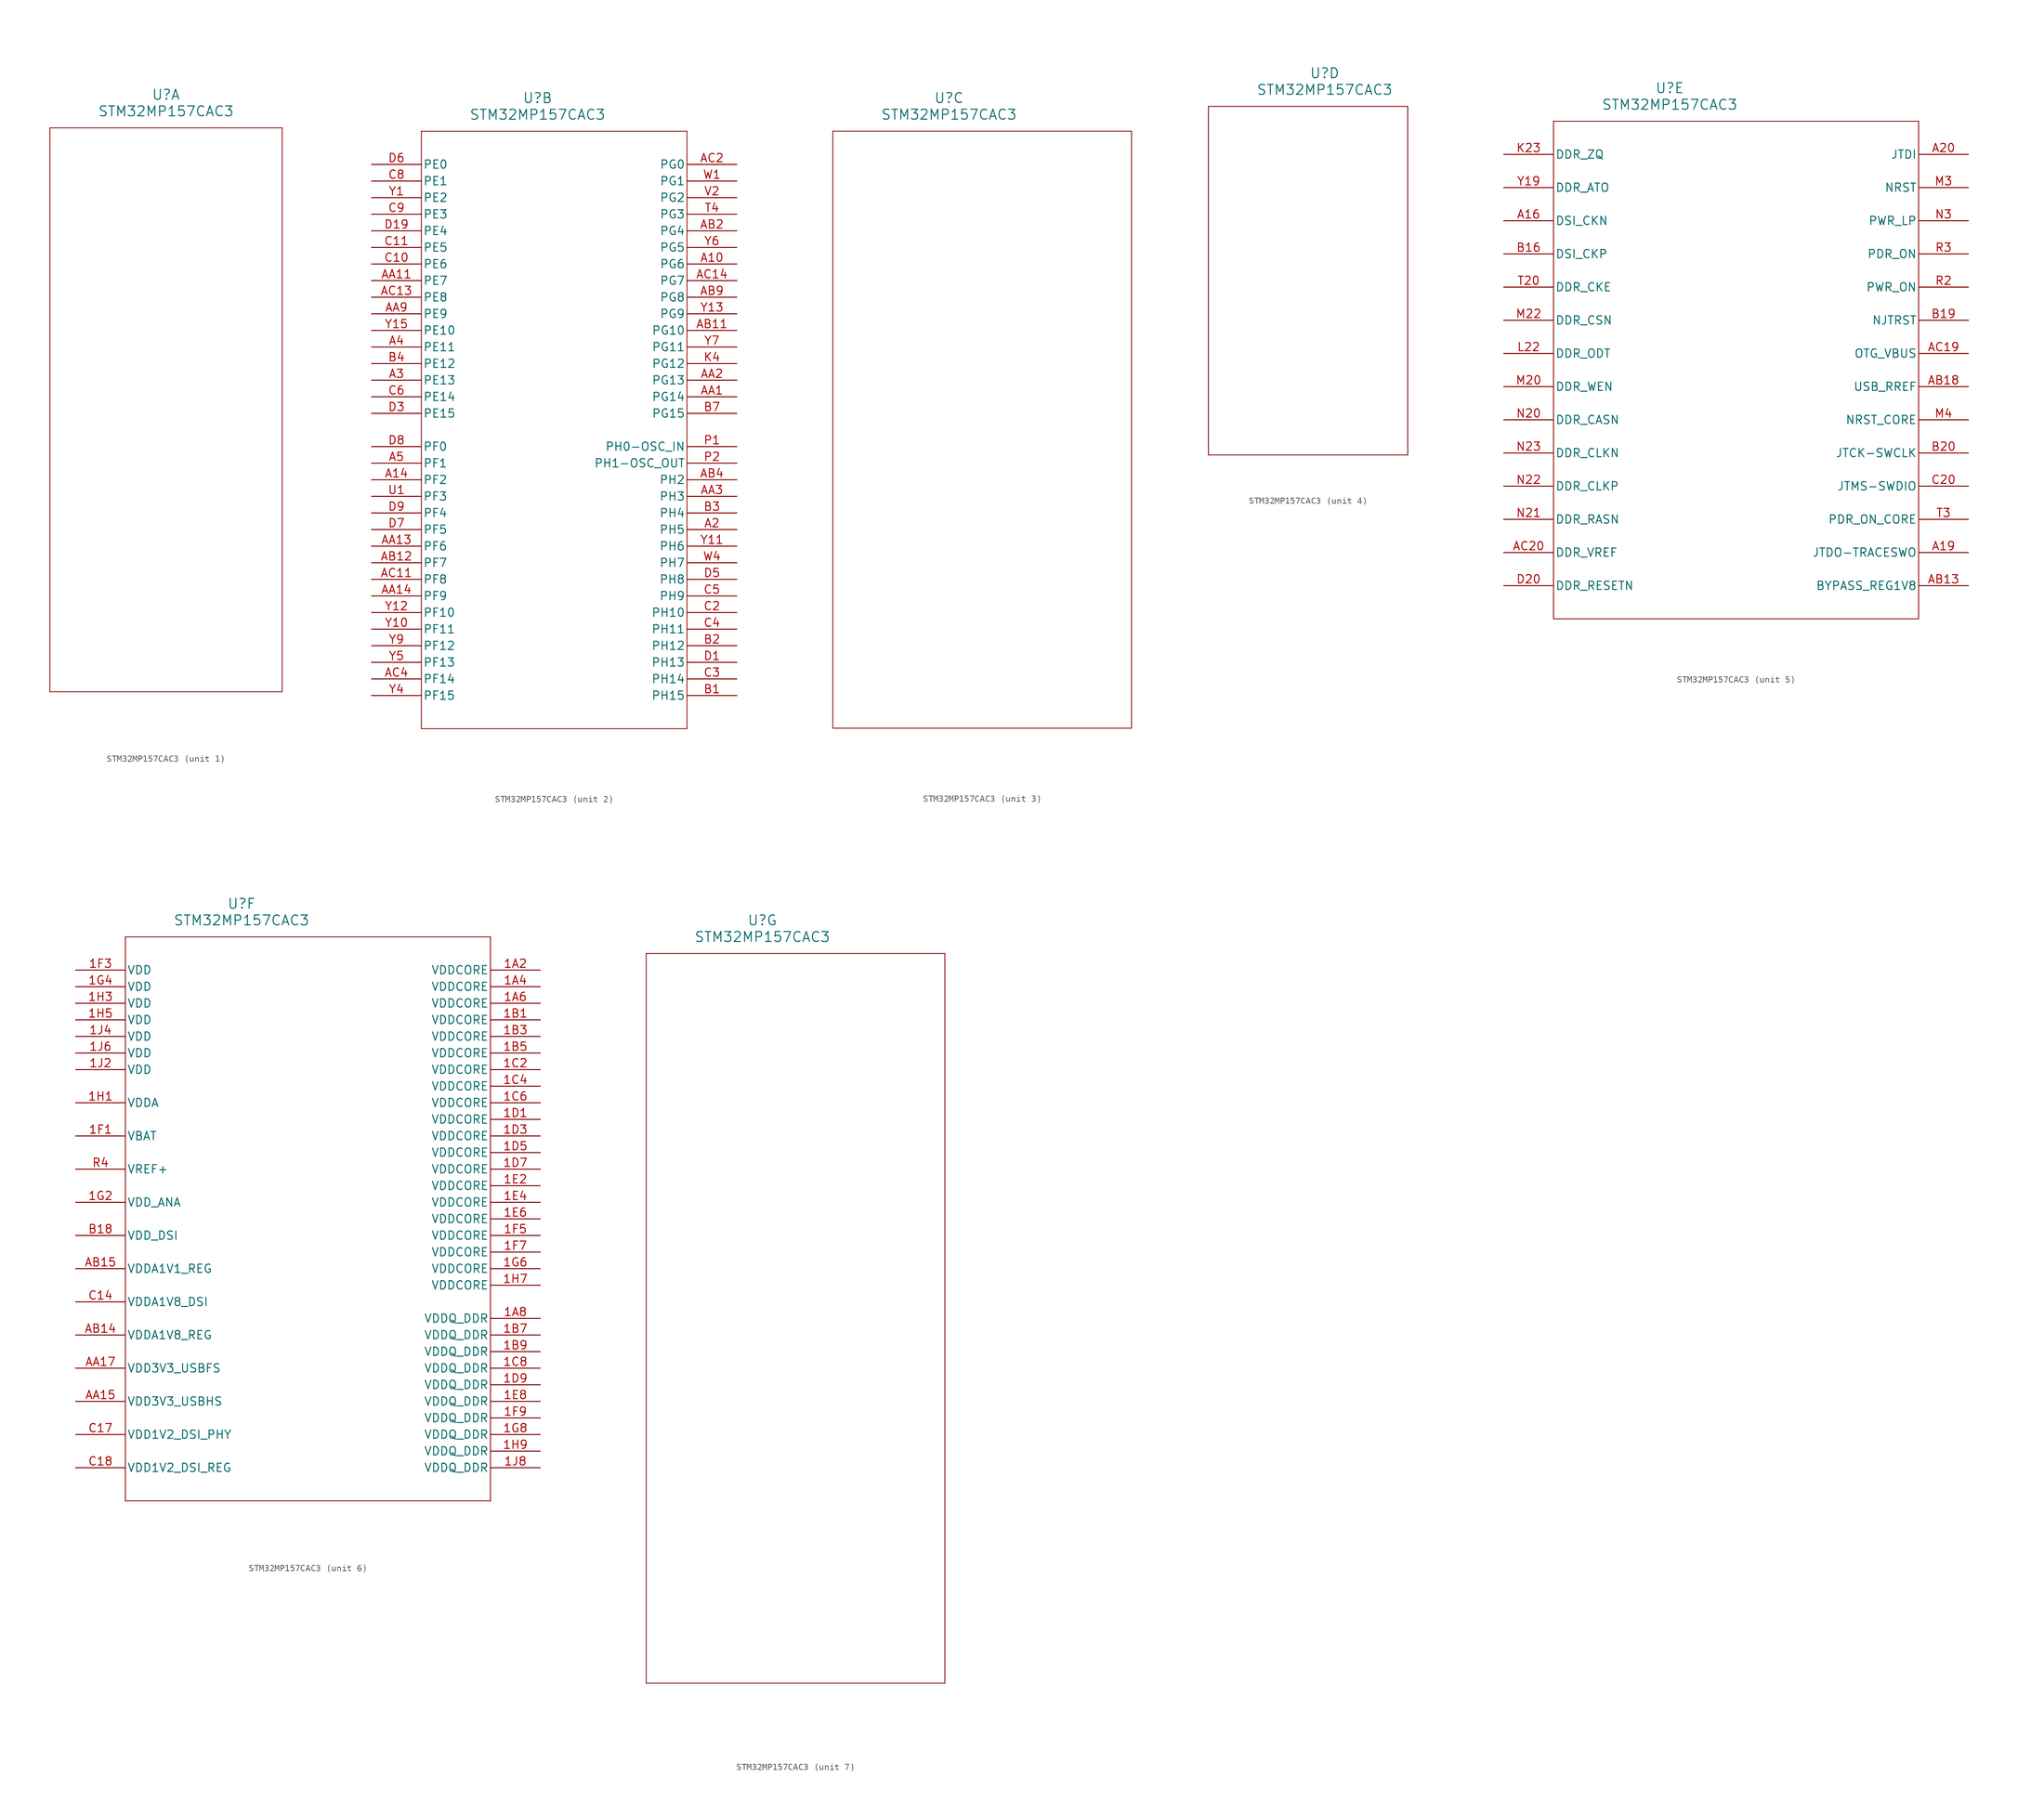
<source format=kicad_sym>
(kicad_symbol_lib
  (version 20211014)
  (generator kicad_symbol_editor)
  (symbol "STM32MP157CAC3"
    (pin_names
      (offset 0.254))
    (property "Reference" "U"
      (at 25.4 10.16 0)
      (effects (font (size 1.524 1.524))))
    (property "Value" "STM32MP157CAC3"
      (at 25.4 7.62 0)
      (effects (font (size 1.524 1.524))))
    (symbol "STM32MP157CAC3_1_1"
      (polyline (pts (xy 7.62 5.08) (xy 7.62 -81.28)) (stroke (width 0.127) (type default) (color 0 0 0 0)) (fill (type none)))
      (polyline (pts (xy 7.62 -81.28) (xy 43.18 -81.28)) (stroke (width 0.127) (type default) (color 0 0 0 0)) (fill (type none)))
      (polyline (pts (xy 43.18 -81.28) (xy 43.18 5.08)) (stroke (width 0.127) (type default) (color 0 0 0 0)) (fill (type none)))
      (polyline (pts (xy 43.18 5.08) (xy 7.62 5.08)) (stroke (width 0.127) (type default) (color 0 0 0 0)) (fill (type none))))
    (symbol "STM32MP157CAC3_2_1"
      (polyline (pts (xy 7.62 5.08) (xy 7.62 -86.36)) (stroke (width 0.127) (type default) (color 0 0 0 0)) (fill (type none)))
      (polyline (pts (xy 7.62 -86.36) (xy 48.26 -86.36)) (stroke (width 0.127) (type default) (color 0 0 0 0)) (fill (type none)))
      (polyline (pts (xy 48.26 -86.36) (xy 48.26 5.08)) (stroke (width 0.127) (type default) (color 0 0 0 0)) (fill (type none)))
      (polyline (pts (xy 48.26 5.08) (xy 7.62 5.08)) (stroke (width 0.127) (type default) (color 0 0 0 0)) (fill (type none)))
      (pin bidirectional line (at 55.88 -55.88 180) (length 7.62) (name "PH5" (effects (font (size 1.27 1.27)))) (number "A2" (effects (font (size 1.27 1.27)))))
      (pin bidirectional line (at 0 -33.02 0) (length 7.62) (name "PE13" (effects (font (size 1.27 1.27)))) (number "A3" (effects (font (size 1.27 1.27)))))
      (pin bidirectional line (at 0 -27.94 0) (length 7.62) (name "PE11" (effects (font (size 1.27 1.27)))) (number "A4" (effects (font (size 1.27 1.27)))))
      (pin bidirectional line (at 0 -45.72 0) (length 7.62) (name "PF1" (effects (font (size 1.27 1.27)))) (number "A5" (effects (font (size 1.27 1.27)))))
      (pin bidirectional line (at 55.88 -81.28 180) (length 7.62) (name "PH15" (effects (font (size 1.27 1.27)))) (number "B1" (effects (font (size 1.27 1.27)))))
      (pin bidirectional line (at 55.88 -73.66 180) (length 7.62) (name "PH12" (effects (font (size 1.27 1.27)))) (number "B2" (effects (font (size 1.27 1.27)))))
      (pin bidirectional line (at 55.88 -53.34 180) (length 7.62) (name "PH4" (effects (font (size 1.27 1.27)))) (number "B3" (effects (font (size 1.27 1.27)))))
      (pin bidirectional line (at 0 -30.48 0) (length 7.62) (name "PE12" (effects (font (size 1.27 1.27)))) (number "B4" (effects (font (size 1.27 1.27)))))
      (pin bidirectional line (at 55.88 -38.1 180) (length 7.62) (name "PG15" (effects (font (size 1.27 1.27)))) (number "B7" (effects (font (size 1.27 1.27)))))
      (pin bidirectional line (at 55.88 -68.58 180) (length 7.62) (name "PH10" (effects (font (size 1.27 1.27)))) (number "C2" (effects (font (size 1.27 1.27)))))
      (pin bidirectional line (at 55.88 -78.74 180) (length 7.62) (name "PH14" (effects (font (size 1.27 1.27)))) (number "C3" (effects (font (size 1.27 1.27)))))
      (pin bidirectional line (at 55.88 -71.12 180) (length 7.62) (name "PH11" (effects (font (size 1.27 1.27)))) (number "C4" (effects (font (size 1.27 1.27)))))
      (pin bidirectional line (at 55.88 -66.04 180) (length 7.62) (name "PH9" (effects (font (size 1.27 1.27)))) (number "C5" (effects (font (size 1.27 1.27)))))
      (pin bidirectional line (at 0 -35.56 0) (length 7.62) (name "PE14" (effects (font (size 1.27 1.27)))) (number "C6" (effects (font (size 1.27 1.27)))))
      (pin bidirectional line (at 0 -2.54 0) (length 7.62) (name "PE1" (effects (font (size 1.27 1.27)))) (number "C8" (effects (font (size 1.27 1.27)))))
      (pin bidirectional line (at 0 -7.62 0) (length 7.62) (name "PE3" (effects (font (size 1.27 1.27)))) (number "C9" (effects (font (size 1.27 1.27)))))
      (pin bidirectional line (at 55.88 -76.2 180) (length 7.62) (name "PH13" (effects (font (size 1.27 1.27)))) (number "D1" (effects (font (size 1.27 1.27)))))
      (pin bidirectional line (at 0 -38.1 0) (length 7.62) (name "PE15" (effects (font (size 1.27 1.27)))) (number "D3" (effects (font (size 1.27 1.27)))))
      (pin bidirectional line (at 55.88 -63.5 180) (length 7.62) (name "PH8" (effects (font (size 1.27 1.27)))) (number "D5" (effects (font (size 1.27 1.27)))))
      (pin bidirectional line (at 0 0 0) (length 7.62) (name "PE0" (effects (font (size 1.27 1.27)))) (number "D6" (effects (font (size 1.27 1.27)))))
      (pin bidirectional line (at 0 -55.88 0) (length 7.62) (name "PF5" (effects (font (size 1.27 1.27)))) (number "D7" (effects (font (size 1.27 1.27)))))
      (pin bidirectional line (at 0 -43.18 0) (length 7.62) (name "PF0" (effects (font (size 1.27 1.27)))) (number "D8" (effects (font (size 1.27 1.27)))))
      (pin bidirectional line (at 0 -53.34 0) (length 7.62) (name "PF4" (effects (font (size 1.27 1.27)))) (number "D9" (effects (font (size 1.27 1.27)))))
      (pin bidirectional line (at 55.88 -30.48 180) (length 7.62) (name "PG12" (effects (font (size 1.27 1.27)))) (number "K4" (effects (font (size 1.27 1.27)))))
      (pin bidirectional line (at 55.88 -43.18 180) (length 7.62) (name "PH0-OSC_IN" (effects (font (size 1.27 1.27)))) (number "P1" (effects (font (size 1.27 1.27)))))
      (pin bidirectional line (at 55.88 -45.72 180) (length 7.62) (name "PH1-OSC_OUT" (effects (font (size 1.27 1.27)))) (number "P2" (effects (font (size 1.27 1.27)))))
      (pin bidirectional line (at 55.88 -7.62 180) (length 7.62) (name "PG3" (effects (font (size 1.27 1.27)))) (number "T4" (effects (font (size 1.27 1.27)))))
      (pin bidirectional line (at 0 -50.8 0) (length 7.62) (name "PF3" (effects (font (size 1.27 1.27)))) (number "U1" (effects (font (size 1.27 1.27)))))
      (pin bidirectional line (at 55.88 -5.08 180) (length 7.62) (name "PG2" (effects (font (size 1.27 1.27)))) (number "V2" (effects (font (size 1.27 1.27)))))
      (pin bidirectional line (at 55.88 -2.54 180) (length 7.62) (name "PG1" (effects (font (size 1.27 1.27)))) (number "W1" (effects (font (size 1.27 1.27)))))
      (pin bidirectional line (at 55.88 -60.96 180) (length 7.62) (name "PH7" (effects (font (size 1.27 1.27)))) (number "W4" (effects (font (size 1.27 1.27)))))
      (pin bidirectional line (at 0 -5.08 0) (length 7.62) (name "PE2" (effects (font (size 1.27 1.27)))) (number "Y1" (effects (font (size 1.27 1.27)))))
      (pin bidirectional line (at 0 -81.28 0) (length 7.62) (name "PF15" (effects (font (size 1.27 1.27)))) (number "Y4" (effects (font (size 1.27 1.27)))))
      (pin bidirectional line (at 0 -76.2 0) (length 7.62) (name "PF13" (effects (font (size 1.27 1.27)))) (number "Y5" (effects (font (size 1.27 1.27)))))
      (pin bidirectional line (at 55.88 -12.7 180) (length 7.62) (name "PG5" (effects (font (size 1.27 1.27)))) (number "Y6" (effects (font (size 1.27 1.27)))))
      (pin bidirectional line (at 55.88 -27.94 180) (length 7.62) (name "PG11" (effects (font (size 1.27 1.27)))) (number "Y7" (effects (font (size 1.27 1.27)))))
      (pin bidirectional line (at 0 -73.66 0) (length 7.62) (name "PF12" (effects (font (size 1.27 1.27)))) (number "Y9" (effects (font (size 1.27 1.27)))))
      (pin bidirectional line (at 55.88 -15.24 180) (length 7.62) (name "PG6" (effects (font (size 1.27 1.27)))) (number "A10" (effects (font (size 1.27 1.27)))))
      (pin bidirectional line (at 0 -48.26 0) (length 7.62) (name "PF2" (effects (font (size 1.27 1.27)))) (number "A14" (effects (font (size 1.27 1.27)))))
      (pin bidirectional line (at 55.88 -35.56 180) (length 7.62) (name "PG14" (effects (font (size 1.27 1.27)))) (number "AA1" (effects (font (size 1.27 1.27)))))
      (pin bidirectional line (at 55.88 -33.02 180) (length 7.62) (name "PG13" (effects (font (size 1.27 1.27)))) (number "AA2" (effects (font (size 1.27 1.27)))))
      (pin bidirectional line (at 55.88 -50.8 180) (length 7.62) (name "PH3" (effects (font (size 1.27 1.27)))) (number "AA3" (effects (font (size 1.27 1.27)))))
      (pin bidirectional line (at 0 -22.86 0) (length 7.62) (name "PE9" (effects (font (size 1.27 1.27)))) (number "AA9" (effects (font (size 1.27 1.27)))))
      (pin bidirectional line (at 55.88 -10.16 180) (length 7.62) (name "PG4" (effects (font (size 1.27 1.27)))) (number "AB2" (effects (font (size 1.27 1.27)))))
      (pin bidirectional line (at 55.88 -48.26 180) (length 7.62) (name "PH2" (effects (font (size 1.27 1.27)))) (number "AB4" (effects (font (size 1.27 1.27)))))
      (pin bidirectional line (at 55.88 -20.32 180) (length 7.62) (name "PG8" (effects (font (size 1.27 1.27)))) (number "AB9" (effects (font (size 1.27 1.27)))))
      (pin bidirectional line (at 55.88 0 180) (length 7.62) (name "PG0" (effects (font (size 1.27 1.27)))) (number "AC2" (effects (font (size 1.27 1.27)))))
      (pin bidirectional line (at 0 -78.74 0) (length 7.62) (name "PF14" (effects (font (size 1.27 1.27)))) (number "AC4" (effects (font (size 1.27 1.27)))))
      (pin bidirectional line (at 0 -15.24 0) (length 7.62) (name "PE6" (effects (font (size 1.27 1.27)))) (number "C10" (effects (font (size 1.27 1.27)))))
      (pin bidirectional line (at 0 -12.7 0) (length 7.62) (name "PE5" (effects (font (size 1.27 1.27)))) (number "C11" (effects (font (size 1.27 1.27)))))
      (pin bidirectional line (at 0 -10.16 0) (length 7.62) (name "PE4" (effects (font (size 1.27 1.27)))) (number "D19" (effects (font (size 1.27 1.27)))))
      (pin bidirectional line (at 0 -71.12 0) (length 7.62) (name "PF11" (effects (font (size 1.27 1.27)))) (number "Y10" (effects (font (size 1.27 1.27)))))
      (pin bidirectional line (at 55.88 -58.42 180) (length 7.62) (name "PH6" (effects (font (size 1.27 1.27)))) (number "Y11" (effects (font (size 1.27 1.27)))))
      (pin bidirectional line (at 0 -68.58 0) (length 7.62) (name "PF10" (effects (font (size 1.27 1.27)))) (number "Y12" (effects (font (size 1.27 1.27)))))
      (pin bidirectional line (at 55.88 -22.86 180) (length 7.62) (name "PG9" (effects (font (size 1.27 1.27)))) (number "Y13" (effects (font (size 1.27 1.27)))))
      (pin bidirectional line (at 0 -25.4 0) (length 7.62) (name "PE10" (effects (font (size 1.27 1.27)))) (number "Y15" (effects (font (size 1.27 1.27)))))
      (pin bidirectional line (at 0 -17.78 0) (length 7.62) (name "PE7" (effects (font (size 1.27 1.27)))) (number "AA11" (effects (font (size 1.27 1.27)))))
      (pin bidirectional line (at 0 -58.42 0) (length 7.62) (name "PF6" (effects (font (size 1.27 1.27)))) (number "AA13" (effects (font (size 1.27 1.27)))))
      (pin bidirectional line (at 0 -66.04 0) (length 7.62) (name "PF9" (effects (font (size 1.27 1.27)))) (number "AA14" (effects (font (size 1.27 1.27)))))
      (pin bidirectional line (at 55.88 -25.4 180) (length 7.62) (name "PG10" (effects (font (size 1.27 1.27)))) (number "AB11" (effects (font (size 1.27 1.27)))))
      (pin bidirectional line (at 0 -60.96 0) (length 7.62) (name "PF7" (effects (font (size 1.27 1.27)))) (number "AB12" (effects (font (size 1.27 1.27)))))
      (pin bidirectional line (at 0 -63.5 0) (length 7.62) (name "PF8" (effects (font (size 1.27 1.27)))) (number "AC11" (effects (font (size 1.27 1.27)))))
      (pin bidirectional line (at 0 -20.32 0) (length 7.62) (name "PE8" (effects (font (size 1.27 1.27)))) (number "AC13" (effects (font (size 1.27 1.27)))))
      (pin bidirectional line (at 55.88 -17.78 180) (length 7.62) (name "PG7" (effects (font (size 1.27 1.27)))) (number "AC14" (effects (font (size 1.27 1.27))))))
    (symbol "STM32MP157CAC3_3_1"
      (polyline (pts (xy 7.62 5.08) (xy 7.62 -86.36)) (stroke (width 0.127) (type default) (color 0 0 0 0)) (fill (type none)))
      (polyline (pts (xy 7.62 -86.36) (xy 53.34 -86.36)) (stroke (width 0.127) (type default) (color 0 0 0 0)) (fill (type none)))
      (polyline (pts (xy 53.34 -86.36) (xy 53.34 5.08)) (stroke (width 0.127) (type default) (color 0 0 0 0)) (fill (type none)))
      (polyline (pts (xy 53.34 5.08) (xy 7.62 5.08)) (stroke (width 0.127) (type default) (color 0 0 0 0)) (fill (type none))))
    (symbol "STM32MP157CAC3_4_1"
      (polyline (pts (xy 7.62 5.08) (xy 7.62 -48.26)) (stroke (width 0.127) (type default) (color 0 0 0 0)) (fill (type none)))
      (polyline (pts (xy 7.62 -48.26) (xy 38.1 -48.26)) (stroke (width 0.127) (type default) (color 0 0 0 0)) (fill (type none)))
      (polyline (pts (xy 38.1 -48.26) (xy 38.1 5.08)) (stroke (width 0.127) (type default) (color 0 0 0 0)) (fill (type none)))
      (polyline (pts (xy 38.1 5.08) (xy 7.62 5.08)) (stroke (width 0.127) (type default) (color 0 0 0 0)) (fill (type none))))
    (symbol "STM32MP157CAC3_5_1"
      (polyline (pts (xy 7.62 5.08) (xy 7.62 -71.12)) (stroke (width 0.127) (type default) (color 0 0 0 0)) (fill (type none)))
      (polyline (pts (xy 7.62 -71.12) (xy 63.5 -71.12)) (stroke (width 0.127) (type default) (color 0 0 0 0)) (fill (type none)))
      (polyline (pts (xy 63.5 -71.12) (xy 63.5 5.08)) (stroke (width 0.127) (type default) (color 0 0 0 0)) (fill (type none)))
      (polyline (pts (xy 63.5 5.08) (xy 7.62 5.08)) (stroke (width 0.127) (type default) (color 0 0 0 0)) (fill (type none)))
      (pin bidirectional line (at 71.12 -5.08 180) (length 7.62) (name "NRST" (effects (font (size 1.27 1.27)))) (number "M3" (effects (font (size 1.27 1.27)))))
      (pin input line (at 71.12 -40.64 180) (length 7.62) (name "NRST_CORE" (effects (font (size 1.27 1.27)))) (number "M4" (effects (font (size 1.27 1.27)))))
      (pin output line (at 71.12 -10.16 180) (length 7.62) (name "PWR_LP" (effects (font (size 1.27 1.27)))) (number "N3" (effects (font (size 1.27 1.27)))))
      (pin output line (at 71.12 -20.32 180) (length 7.62) (name "PWR_ON" (effects (font (size 1.27 1.27)))) (number "R2" (effects (font (size 1.27 1.27)))))
      (pin input line (at 71.12 -15.24 180) (length 7.62) (name "PDR_ON" (effects (font (size 1.27 1.27)))) (number "R3" (effects (font (size 1.27 1.27)))))
      (pin input line (at 71.12 -55.88 180) (length 7.62) (name "PDR_ON_CORE" (effects (font (size 1.27 1.27)))) (number "T3" (effects (font (size 1.27 1.27)))))
      (pin unspecified line (at 0 -10.16 0) (length 7.62) (name "DSI_CKN" (effects (font (size 1.27 1.27)))) (number "A16" (effects (font (size 1.27 1.27)))))
      (pin output line (at 71.12 -60.96 180) (length 7.62) (name "JTDO-TRACESWO" (effects (font (size 1.27 1.27)))) (number "A19" (effects (font (size 1.27 1.27)))))
      (pin input line (at 71.12 0 180) (length 7.62) (name "JTDI" (effects (font (size 1.27 1.27)))) (number "A20" (effects (font (size 1.27 1.27)))))
      (pin unspecified line (at 0 -15.24 0) (length 7.62) (name "DSI_CKP" (effects (font (size 1.27 1.27)))) (number "B16" (effects (font (size 1.27 1.27)))))
      (pin input line (at 71.12 -25.4 180) (length 7.62) (name "NJTRST" (effects (font (size 1.27 1.27)))) (number "B19" (effects (font (size 1.27 1.27)))))
      (pin input line (at 71.12 -45.72 180) (length 7.62) (name "JTCK-SWCLK" (effects (font (size 1.27 1.27)))) (number "B20" (effects (font (size 1.27 1.27)))))
      (pin bidirectional line (at 71.12 -50.8 180) (length 7.62) (name "JTMS-SWDIO" (effects (font (size 1.27 1.27)))) (number "C20" (effects (font (size 1.27 1.27)))))
      (pin output line (at 0 -66.04 0) (length 7.62) (name "DDR_RESETN" (effects (font (size 1.27 1.27)))) (number "D20" (effects (font (size 1.27 1.27)))))
      (pin unspecified line (at 0 0 0) (length 7.62) (name "DDR_ZQ" (effects (font (size 1.27 1.27)))) (number "K23" (effects (font (size 1.27 1.27)))))
      (pin output line (at 0 -30.48 0) (length 7.62) (name "DDR_ODT" (effects (font (size 1.27 1.27)))) (number "L22" (effects (font (size 1.27 1.27)))))
      (pin output line (at 0 -35.56 0) (length 7.62) (name "DDR_WEN" (effects (font (size 1.27 1.27)))) (number "M20" (effects (font (size 1.27 1.27)))))
      (pin output line (at 0 -25.4 0) (length 7.62) (name "DDR_CSN" (effects (font (size 1.27 1.27)))) (number "M22" (effects (font (size 1.27 1.27)))))
      (pin output line (at 0 -40.64 0) (length 7.62) (name "DDR_CASN" (effects (font (size 1.27 1.27)))) (number "N20" (effects (font (size 1.27 1.27)))))
      (pin output line (at 0 -55.88 0) (length 7.62) (name "DDR_RASN" (effects (font (size 1.27 1.27)))) (number "N21" (effects (font (size 1.27 1.27)))))
      (pin output line (at 0 -50.8 0) (length 7.62) (name "DDR_CLKP" (effects (font (size 1.27 1.27)))) (number "N22" (effects (font (size 1.27 1.27)))))
      (pin output line (at 0 -45.72 0) (length 7.62) (name "DDR_CLKN" (effects (font (size 1.27 1.27)))) (number "N23" (effects (font (size 1.27 1.27)))))
      (pin output line (at 0 -20.32 0) (length 7.62) (name "DDR_CKE" (effects (font (size 1.27 1.27)))) (number "T20" (effects (font (size 1.27 1.27)))))
      (pin unspecified line (at 0 -5.08 0) (length 7.62) (name "DDR_ATO" (effects (font (size 1.27 1.27)))) (number "Y19" (effects (font (size 1.27 1.27)))))
      (pin unspecified line (at 71.12 -66.04 180) (length 7.62) (name "BYPASS_REG1V8" (effects (font (size 1.27 1.27)))) (number "AB13" (effects (font (size 1.27 1.27)))))
      (pin unspecified line (at 71.12 -35.56 180) (length 7.62) (name "USB_RREF" (effects (font (size 1.27 1.27)))) (number "AB18" (effects (font (size 1.27 1.27)))))
      (pin unspecified line (at 71.12 -30.48 180) (length 7.62) (name "OTG_VBUS" (effects (font (size 1.27 1.27)))) (number "AC19" (effects (font (size 1.27 1.27)))))
      (pin unspecified line (at 0 -60.96 0) (length 7.62) (name "DDR_VREF" (effects (font (size 1.27 1.27)))) (number "AC20" (effects (font (size 1.27 1.27))))))
    (symbol "STM32MP157CAC3_6_1"
      (polyline (pts (xy 7.62 5.08) (xy 7.62 -81.28)) (stroke (width 0.127) (type default) (color 0 0 0 0)) (fill (type none)))
      (polyline (pts (xy 7.62 -81.28) (xy 63.5 -81.28)) (stroke (width 0.127) (type default) (color 0 0 0 0)) (fill (type none)))
      (polyline (pts (xy 63.5 -81.28) (xy 63.5 5.08)) (stroke (width 0.127) (type default) (color 0 0 0 0)) (fill (type none)))
      (polyline (pts (xy 63.5 5.08) (xy 7.62 5.08)) (stroke (width 0.127) (type default) (color 0 0 0 0)) (fill (type none)))
      (pin power_in line (at 0 -30.48 0) (length 7.62) (name "VREF+" (effects (font (size 1.27 1.27)))) (number "R4" (effects (font (size 1.27 1.27)))))
      (pin power_in line (at 71.12 0 180) (length 7.62) (name "VDDCORE" (effects (font (size 1.27 1.27)))) (number "1A2" (effects (font (size 1.27 1.27)))))
      (pin power_in line (at 71.12 -2.54 180) (length 7.62) (name "VDDCORE" (effects (font (size 1.27 1.27)))) (number "1A4" (effects (font (size 1.27 1.27)))))
      (pin power_in line (at 71.12 -5.08 180) (length 7.62) (name "VDDCORE" (effects (font (size 1.27 1.27)))) (number "1A6" (effects (font (size 1.27 1.27)))))
      (pin power_in line (at 71.12 -53.34 180) (length 7.62) (name "VDDQ_DDR" (effects (font (size 1.27 1.27)))) (number "1A8" (effects (font (size 1.27 1.27)))))
      (pin power_in line (at 71.12 -7.62 180) (length 7.62) (name "VDDCORE" (effects (font (size 1.27 1.27)))) (number "1B1" (effects (font (size 1.27 1.27)))))
      (pin power_in line (at 71.12 -10.16 180) (length 7.62) (name "VDDCORE" (effects (font (size 1.27 1.27)))) (number "1B3" (effects (font (size 1.27 1.27)))))
      (pin power_in line (at 71.12 -12.7 180) (length 7.62) (name "VDDCORE" (effects (font (size 1.27 1.27)))) (number "1B5" (effects (font (size 1.27 1.27)))))
      (pin power_in line (at 71.12 -55.88 180) (length 7.62) (name "VDDQ_DDR" (effects (font (size 1.27 1.27)))) (number "1B7" (effects (font (size 1.27 1.27)))))
      (pin power_in line (at 71.12 -58.42 180) (length 7.62) (name "VDDQ_DDR" (effects (font (size 1.27 1.27)))) (number "1B9" (effects (font (size 1.27 1.27)))))
      (pin power_in line (at 71.12 -15.24 180) (length 7.62) (name "VDDCORE" (effects (font (size 1.27 1.27)))) (number "1C2" (effects (font (size 1.27 1.27)))))
      (pin power_in line (at 71.12 -17.78 180) (length 7.62) (name "VDDCORE" (effects (font (size 1.27 1.27)))) (number "1C4" (effects (font (size 1.27 1.27)))))
      (pin power_in line (at 71.12 -20.32 180) (length 7.62) (name "VDDCORE" (effects (font (size 1.27 1.27)))) (number "1C6" (effects (font (size 1.27 1.27)))))
      (pin power_in line (at 71.12 -60.96 180) (length 7.62) (name "VDDQ_DDR" (effects (font (size 1.27 1.27)))) (number "1C8" (effects (font (size 1.27 1.27)))))
      (pin power_in line (at 71.12 -22.86 180) (length 7.62) (name "VDDCORE" (effects (font (size 1.27 1.27)))) (number "1D1" (effects (font (size 1.27 1.27)))))
      (pin power_in line (at 71.12 -25.4 180) (length 7.62) (name "VDDCORE" (effects (font (size 1.27 1.27)))) (number "1D3" (effects (font (size 1.27 1.27)))))
      (pin power_in line (at 71.12 -27.94 180) (length 7.62) (name "VDDCORE" (effects (font (size 1.27 1.27)))) (number "1D5" (effects (font (size 1.27 1.27)))))
      (pin power_in line (at 71.12 -30.48 180) (length 7.62) (name "VDDCORE" (effects (font (size 1.27 1.27)))) (number "1D7" (effects (font (size 1.27 1.27)))))
      (pin power_in line (at 71.12 -63.5 180) (length 7.62) (name "VDDQ_DDR" (effects (font (size 1.27 1.27)))) (number "1D9" (effects (font (size 1.27 1.27)))))
      (pin power_in line (at 71.12 -33.02 180) (length 7.62) (name "VDDCORE" (effects (font (size 1.27 1.27)))) (number "1E2" (effects (font (size 1.27 1.27)))))
      (pin power_in line (at 71.12 -35.56 180) (length 7.62) (name "VDDCORE" (effects (font (size 1.27 1.27)))) (number "1E4" (effects (font (size 1.27 1.27)))))
      (pin power_in line (at 71.12 -38.1 180) (length 7.62) (name "VDDCORE" (effects (font (size 1.27 1.27)))) (number "1E6" (effects (font (size 1.27 1.27)))))
      (pin power_in line (at 71.12 -66.04 180) (length 7.62) (name "VDDQ_DDR" (effects (font (size 1.27 1.27)))) (number "1E8" (effects (font (size 1.27 1.27)))))
      (pin power_in line (at 0 -25.4 0) (length 7.62) (name "VBAT" (effects (font (size 1.27 1.27)))) (number "1F1" (effects (font (size 1.27 1.27)))))
      (pin power_in line (at 0 0 0) (length 7.62) (name "VDD" (effects (font (size 1.27 1.27)))) (number "1F3" (effects (font (size 1.27 1.27)))))
      (pin power_in line (at 71.12 -40.64 180) (length 7.62) (name "VDDCORE" (effects (font (size 1.27 1.27)))) (number "1F5" (effects (font (size 1.27 1.27)))))
      (pin power_in line (at 71.12 -43.18 180) (length 7.62) (name "VDDCORE" (effects (font (size 1.27 1.27)))) (number "1F7" (effects (font (size 1.27 1.27)))))
      (pin power_in line (at 71.12 -68.58 180) (length 7.62) (name "VDDQ_DDR" (effects (font (size 1.27 1.27)))) (number "1F9" (effects (font (size 1.27 1.27)))))
      (pin power_in line (at 0 -35.56 0) (length 7.62) (name "VDD_ANA" (effects (font (size 1.27 1.27)))) (number "1G2" (effects (font (size 1.27 1.27)))))
      (pin power_in line (at 0 -2.54 0) (length 7.62) (name "VDD" (effects (font (size 1.27 1.27)))) (number "1G4" (effects (font (size 1.27 1.27)))))
      (pin power_in line (at 71.12 -45.72 180) (length 7.62) (name "VDDCORE" (effects (font (size 1.27 1.27)))) (number "1G6" (effects (font (size 1.27 1.27)))))
      (pin power_in line (at 71.12 -71.12 180) (length 7.62) (name "VDDQ_DDR" (effects (font (size 1.27 1.27)))) (number "1G8" (effects (font (size 1.27 1.27)))))
      (pin power_in line (at 0 -20.32 0) (length 7.62) (name "VDDA" (effects (font (size 1.27 1.27)))) (number "1H1" (effects (font (size 1.27 1.27)))))
      (pin power_in line (at 0 -5.08 0) (length 7.62) (name "VDD" (effects (font (size 1.27 1.27)))) (number "1H3" (effects (font (size 1.27 1.27)))))
      (pin power_in line (at 0 -7.62 0) (length 7.62) (name "VDD" (effects (font (size 1.27 1.27)))) (number "1H5" (effects (font (size 1.27 1.27)))))
      (pin power_in line (at 71.12 -48.26 180) (length 7.62) (name "VDDCORE" (effects (font (size 1.27 1.27)))) (number "1H7" (effects (font (size 1.27 1.27)))))
      (pin power_in line (at 71.12 -73.66 180) (length 7.62) (name "VDDQ_DDR" (effects (font (size 1.27 1.27)))) (number "1H9" (effects (font (size 1.27 1.27)))))
      (pin power_in line (at 0 -15.24 0) (length 7.62) (name "VDD" (effects (font (size 1.27 1.27)))) (number "1J2" (effects (font (size 1.27 1.27)))))
      (pin power_in line (at 0 -10.16 0) (length 7.62) (name "VDD" (effects (font (size 1.27 1.27)))) (number "1J4" (effects (font (size 1.27 1.27)))))
      (pin power_in line (at 0 -12.7 0) (length 7.62) (name "VDD" (effects (font (size 1.27 1.27)))) (number "1J6" (effects (font (size 1.27 1.27)))))
      (pin power_in line (at 71.12 -76.2 180) (length 7.62) (name "VDDQ_DDR" (effects (font (size 1.27 1.27)))) (number "1J8" (effects (font (size 1.27 1.27)))))
      (pin power_in line (at 0 -40.64 0) (length 7.62) (name "VDD_DSI" (effects (font (size 1.27 1.27)))) (number "B18" (effects (font (size 1.27 1.27)))))
      (pin power_in line (at 0 -50.8 0) (length 7.62) (name "VDDA1V8_DSI" (effects (font (size 1.27 1.27)))) (number "C14" (effects (font (size 1.27 1.27)))))
      (pin power_in line (at 0 -71.12 0) (length 7.62) (name "VDD1V2_DSI_PHY" (effects (font (size 1.27 1.27)))) (number "C17" (effects (font (size 1.27 1.27)))))
      (pin power_in line (at 0 -76.2 0) (length 7.62) (name "VDD1V2_DSI_REG" (effects (font (size 1.27 1.27)))) (number "C18" (effects (font (size 1.27 1.27)))))
      (pin power_in line (at 0 -66.04 0) (length 7.62) (name "VDD3V3_USBHS" (effects (font (size 1.27 1.27)))) (number "AA15" (effects (font (size 1.27 1.27)))))
      (pin power_in line (at 0 -60.96 0) (length 7.62) (name "VDD3V3_USBFS" (effects (font (size 1.27 1.27)))) (number "AA17" (effects (font (size 1.27 1.27)))))
      (pin power_in line (at 0 -55.88 0) (length 7.62) (name "VDDA1V8_REG" (effects (font (size 1.27 1.27)))) (number "AB14" (effects (font (size 1.27 1.27)))))
      (pin power_in line (at 0 -45.72 0) (length 7.62) (name "VDDA1V1_REG" (effects (font (size 1.27 1.27)))) (number "AB15" (effects (font (size 1.27 1.27))))))
    (symbol "STM32MP157CAC3_7_1"
      (polyline (pts (xy 7.62 5.08) (xy 7.62 -106.68)) (stroke (width 0.127) (type default) (color 0 0 0 0)) (fill (type none)))
      (polyline (pts (xy 7.62 -106.68) (xy 53.34 -106.68)) (stroke (width 0.127) (type default) (color 0 0 0 0)) (fill (type none)))
      (polyline (pts (xy 53.34 -106.68) (xy 53.34 5.08)) (stroke (width 0.127) (type default) (color 0 0 0 0)) (fill (type none)))
      (polyline (pts (xy 53.34 5.08) (xy 7.62 5.08)) (stroke (width 0.127) (type default) (color 0 0 0 0)) (fill (type none))))))
</source>
